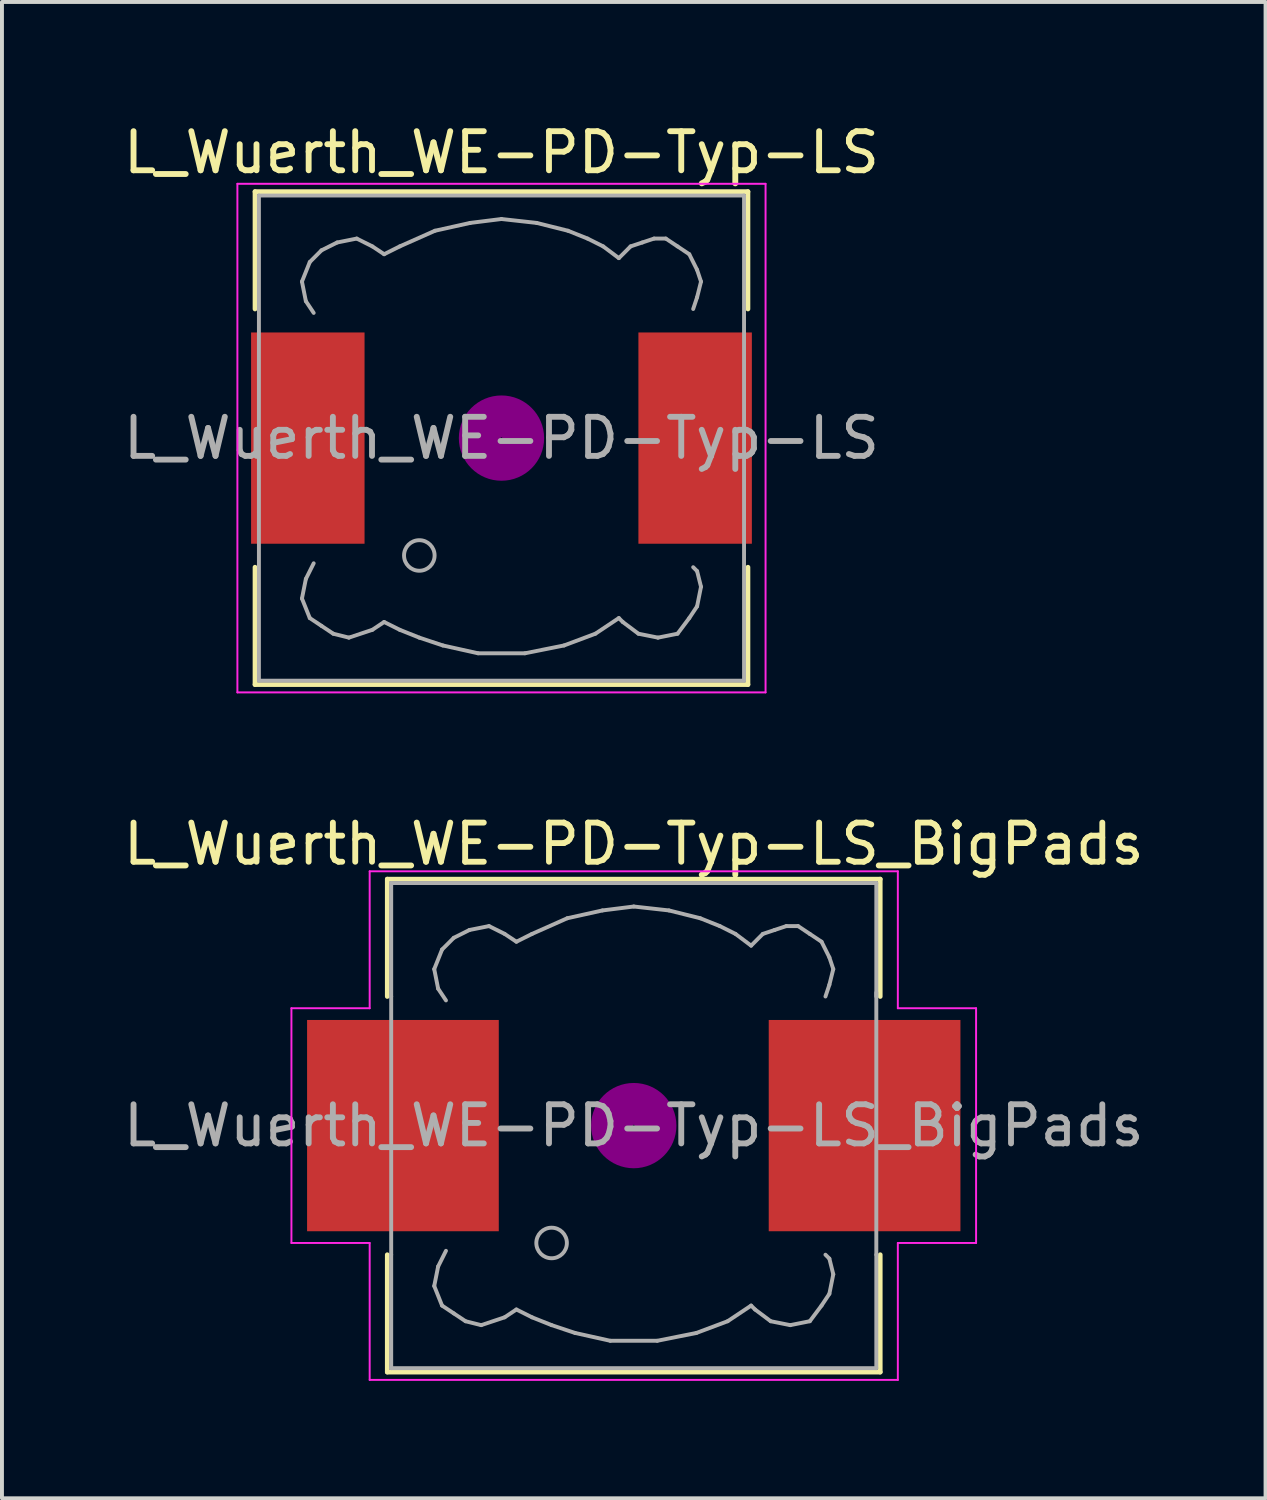
<source format=kicad_pcb>
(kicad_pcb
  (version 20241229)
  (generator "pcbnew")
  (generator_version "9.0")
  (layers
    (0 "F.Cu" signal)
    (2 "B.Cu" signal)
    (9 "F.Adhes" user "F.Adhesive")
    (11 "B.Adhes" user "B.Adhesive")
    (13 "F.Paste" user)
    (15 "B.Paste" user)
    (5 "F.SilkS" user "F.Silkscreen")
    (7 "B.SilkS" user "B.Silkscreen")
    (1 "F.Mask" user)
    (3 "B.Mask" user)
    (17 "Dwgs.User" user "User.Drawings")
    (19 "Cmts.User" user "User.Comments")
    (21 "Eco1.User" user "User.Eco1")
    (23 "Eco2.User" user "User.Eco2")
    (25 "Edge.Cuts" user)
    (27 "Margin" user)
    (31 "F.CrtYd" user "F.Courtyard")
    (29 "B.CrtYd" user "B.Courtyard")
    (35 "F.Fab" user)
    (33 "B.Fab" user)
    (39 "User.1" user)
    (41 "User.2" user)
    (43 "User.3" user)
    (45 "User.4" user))
  (footprint "L_Wuerth_WE-PD-Typ-LS_BigPads"
    (layer "F.Cu")
    (at 13.149 25.721)
    (property "Reference" "L_Wuerth_WE-PD-Typ-LS_BigPads" (at 0 -7.2 0) (layer "F.SilkS") (effects (font (size 1 1) (thickness 0.15))))
    (attr smd)
    (fp_line (start -6.3 -6.3) (end 6.3 -6.3) (stroke (width 0.12) (type solid)) (layer "F.SilkS"))
    (fp_line (start -6.3 -3.3) (end -6.3 -6.3) (stroke (width 0.12) (type solid)) (layer "F.SilkS"))
    (fp_line (start -6.3 6.3) (end -6.3 3.3) (stroke (width 0.12) (type solid)) (layer "F.SilkS"))
    (fp_line (start 6.3 -6.3) (end 6.3 -3.3) (stroke (width 0.12) (type solid)) (layer "F.SilkS"))
    (fp_line (start 6.3 3.3) (end 6.3 6.3) (stroke (width 0.12) (type solid)) (layer "F.SilkS"))
    (fp_line (start 6.3 6.3) (end -6.3 6.3) (stroke (width 0.12) (type solid)) (layer "F.SilkS"))
    (fp_circle (center 0 0) (end 0.15 0.15) (stroke (width 0.38) (type solid)) (fill no) (layer "F.Adhes"))
    (fp_circle (center 0 0) (end 0.55 0) (stroke (width 0.38) (type solid)) (fill no) (layer "F.Adhes"))
    (fp_circle (center 0 0) (end 0.9 0) (stroke (width 0.38) (type solid)) (fill no) (layer "F.Adhes"))
    (fp_line (start -8.75 -3) (end -6.75 -3) (stroke (width 0.05) (type solid)) (layer "F.CrtYd"))
    (fp_line (start -8.75 3) (end -8.75 -3) (stroke (width 0.05) (type solid)) (layer "F.CrtYd"))
    (fp_line (start -6.75 -6.5) (end 6.75 -6.5) (stroke (width 0.05) (type solid)) (layer "F.CrtYd"))
    (fp_line (start -6.75 -3) (end -6.75 -6.5) (stroke (width 0.05) (type solid)) (layer "F.CrtYd"))
    (fp_line (start -6.75 3) (end -8.75 3) (stroke (width 0.05) (type solid)) (layer "F.CrtYd"))
    (fp_line (start -6.75 6.5) (end -6.75 3) (stroke (width 0.05) (type solid)) (layer "F.CrtYd"))
    (fp_line (start 6.75 -6.5) (end 6.75 -3) (stroke (width 0.05) (type solid)) (layer "F.CrtYd"))
    (fp_line (start 6.75 -3) (end 8.75 -3) (stroke (width 0.05) (type solid)) (layer "F.CrtYd"))
    (fp_line (start 6.75 3) (end 6.75 6.5) (stroke (width 0.05) (type solid)) (layer "F.CrtYd"))
    (fp_line (start 6.75 6.5) (end -6.75 6.5) (stroke (width 0.05) (type solid)) (layer "F.CrtYd"))
    (fp_line (start 8.75 -3) (end 8.75 3) (stroke (width 0.05) (type solid)) (layer "F.CrtYd"))
    (fp_line (start 8.75 3) (end 6.75 3) (stroke (width 0.05) (type solid)) (layer "F.CrtYd"))
    (fp_line (start -6.2 -6.2) (end -6.2 -3.3) (stroke (width 0.1) (type solid)) (layer "F.Fab"))
    (fp_line (start -6.2 -3.3) (end -6.2 3.3) (stroke (width 0.1) (type solid)) (layer "F.Fab"))
    (fp_line (start -6.2 3.3) (end -6.2 6.2) (stroke (width 0.1) (type solid)) (layer "F.Fab"))
    (fp_line (start -6.2 6.2) (end 6.2 6.2) (stroke (width 0.1) (type solid)) (layer "F.Fab"))
    (fp_line (start -5.1 -4) (end -5 -3.5) (stroke (width 0.1) (type solid)) (layer "F.Fab"))
    (fp_line (start -5.1 4.1) (end -5 3.6) (stroke (width 0.1) (type solid)) (layer "F.Fab"))
    (fp_line (start -5 -3.5) (end -4.8 -3.2) (stroke (width 0.1) (type solid)) (layer "F.Fab"))
    (fp_line (start -5 3.6) (end -4.8 3.2) (stroke (width 0.1) (type solid)) (layer "F.Fab"))
    (fp_line (start -4.9 -4.5) (end -5.1 -4) (stroke (width 0.1) (type solid)) (layer "F.Fab"))
    (fp_line (start -4.9 4.6) (end -5.1 4.1) (stroke (width 0.1) (type solid)) (layer "F.Fab"))
    (fp_line (start -4.6 -4.8) (end -4.9 -4.5) (stroke (width 0.1) (type solid)) (layer "F.Fab"))
    (fp_line (start -4.6 4.8) (end -4.9 4.6) (stroke (width 0.1) (type solid)) (layer "F.Fab"))
    (fp_line (start -4.3 5) (end -4.6 4.8) (stroke (width 0.1) (type solid)) (layer "F.Fab"))
    (fp_line (start -4.2 -5) (end -4.6 -4.8) (stroke (width 0.1) (type solid)) (layer "F.Fab"))
    (fp_line (start -3.9 5.1) (end -4.3 5) (stroke (width 0.1) (type solid)) (layer "F.Fab"))
    (fp_line (start -3.7 -5.1) (end -4.2 -5) (stroke (width 0.1) (type solid)) (layer "F.Fab"))
    (fp_line (start -3.3 -4.9) (end -3.7 -5.1) (stroke (width 0.1) (type solid)) (layer "F.Fab"))
    (fp_line (start -3.3 4.9) (end -3.9 5.1) (stroke (width 0.1) (type solid)) (layer "F.Fab"))
    (fp_line (start -3 -4.7) (end -3.3 -4.9) (stroke (width 0.1) (type solid)) (layer "F.Fab"))
    (fp_line (start -3 4.7) (end -3.3 4.9) (stroke (width 0.1) (type solid)) (layer "F.Fab"))
    (fp_line (start -2.6 -4.9) (end -3 -4.7) (stroke (width 0.1) (type solid)) (layer "F.Fab"))
    (fp_line (start -2.6 4.9) (end -3 4.7) (stroke (width 0.1) (type solid)) (layer "F.Fab"))
    (fp_line (start -2.1 5.1) (end -2.6 4.9) (stroke (width 0.1) (type solid)) (layer "F.Fab"))
    (fp_line (start -1.7 -5.3) (end -2.6 -4.9) (stroke (width 0.1) (type solid)) (layer "F.Fab"))
    (fp_line (start -1.5 5.3) (end -2.1 5.1) (stroke (width 0.1) (type solid)) (layer "F.Fab"))
    (fp_line (start -0.8 -5.5) (end -1.7 -5.3) (stroke (width 0.1) (type solid)) (layer "F.Fab"))
    (fp_line (start -0.6 5.5) (end -1.5 5.3) (stroke (width 0.1) (type solid)) (layer "F.Fab"))
    (fp_line (start 0 -5.6) (end -0.8 -5.5) (stroke (width 0.1) (type solid)) (layer "F.Fab"))
    (fp_line (start 0.6 5.5) (end -0.6 5.5) (stroke (width 0.1) (type solid)) (layer "F.Fab"))
    (fp_line (start 0.9 -5.5) (end 0 -5.6) (stroke (width 0.1) (type solid)) (layer "F.Fab"))
    (fp_line (start 1.6 5.3) (end 0.6 5.5) (stroke (width 0.1) (type solid)) (layer "F.Fab"))
    (fp_line (start 1.7 -5.3) (end 0.9 -5.5) (stroke (width 0.1) (type solid)) (layer "F.Fab"))
    (fp_line (start 2.2 -5.1) (end 1.7 -5.3) (stroke (width 0.1) (type solid)) (layer "F.Fab"))
    (fp_line (start 2.4 5) (end 1.6 5.3) (stroke (width 0.1) (type solid)) (layer "F.Fab"))
    (fp_line (start 2.6 -4.9) (end 2.2 -5.1) (stroke (width 0.1) (type solid)) (layer "F.Fab"))
    (fp_line (start 3 -4.6) (end 2.6 -4.9) (stroke (width 0.1) (type solid)) (layer "F.Fab"))
    (fp_line (start 3 4.6) (end 2.4 5) (stroke (width 0.1) (type solid)) (layer "F.Fab"))
    (fp_line (start 3.1 4.7) (end 3 4.6) (stroke (width 0.1) (type solid)) (layer "F.Fab"))
    (fp_line (start 3.3 -4.9) (end 3 -4.6) (stroke (width 0.1) (type solid)) (layer "F.Fab"))
    (fp_line (start 3.5 5) (end 3.1 4.7) (stroke (width 0.1) (type solid)) (layer "F.Fab"))
    (fp_line (start 3.6 -5) (end 3.3 -4.9) (stroke (width 0.1) (type solid)) (layer "F.Fab"))
    (fp_line (start 3.9 -5.1) (end 3.6 -5) (stroke (width 0.1) (type solid)) (layer "F.Fab"))
    (fp_line (start 4 5.1) (end 3.5 5) (stroke (width 0.1) (type solid)) (layer "F.Fab"))
    (fp_line (start 4.2 -5.1) (end 3.9 -5.1) (stroke (width 0.1) (type solid)) (layer "F.Fab"))
    (fp_line (start 4.5 -4.9) (end 4.2 -5.1) (stroke (width 0.1) (type solid)) (layer "F.Fab"))
    (fp_line (start 4.5 5) (end 4 5.1) (stroke (width 0.1) (type solid)) (layer "F.Fab"))
    (fp_line (start 4.8 -4.7) (end 4.5 -4.9) (stroke (width 0.1) (type solid)) (layer "F.Fab"))
    (fp_line (start 4.8 4.6) (end 4.5 5) (stroke (width 0.1) (type solid)) (layer "F.Fab"))
    (fp_line (start 4.9 -3.3) (end 5 -3.6) (stroke (width 0.1) (type solid)) (layer "F.Fab"))
    (fp_line (start 4.9 3.3) (end 5 3.4) (stroke (width 0.1) (type solid)) (layer "F.Fab"))
    (fp_line (start 5 -4.3) (end 4.8 -4.7) (stroke (width 0.1) (type solid)) (layer "F.Fab"))
    (fp_line (start 5 -3.6) (end 5.1 -4) (stroke (width 0.1) (type solid)) (layer "F.Fab"))
    (fp_line (start 5 3.4) (end 5.1 3.8) (stroke (width 0.1) (type solid)) (layer "F.Fab"))
    (fp_line (start 5 4.3) (end 4.8 4.6) (stroke (width 0.1) (type solid)) (layer "F.Fab"))
    (fp_line (start 5.1 -4) (end 5 -4.3) (stroke (width 0.1) (type solid)) (layer "F.Fab"))
    (fp_line (start 5.1 3.8) (end 5 4.3) (stroke (width 0.1) (type solid)) (layer "F.Fab"))
    (fp_line (start 6.2 -6.2) (end -6.2 -6.2) (stroke (width 0.1) (type solid)) (layer "F.Fab"))
    (fp_line (start 6.2 -6.2) (end 6.2 -3.3) (stroke (width 0.1) (type solid)) (layer "F.Fab"))
    (fp_line (start 6.2 3.3) (end 6.2 -3.4) (stroke (width 0.1) (type solid)) (layer "F.Fab"))
    (fp_line (start 6.2 6.2) (end 6.2 3.3) (stroke (width 0.1) (type solid)) (layer "F.Fab"))
    (fp_circle (center -2.1 3) (end -1.8 3.25) (stroke (width 0.1) (type solid)) (fill no) (layer "F.Fab"))
    (fp_text user "${REFERENCE}" (at 0 0 0) (layer "F.Fab") (effects (font (size 1 1) (thickness 0.15))))
    (pad "1" smd rect (at -5.9 0) (size 4.9 5.4) (layers "F.Cu" "F.Mask" "F.Paste"))
    (pad "2" smd rect (at 5.9 0) (size 4.9 5.4) (layers "F.Cu" "F.Mask" "F.Paste")))
  (footprint "L_Wuerth_WE-PD-Typ-LS"
    (layer "F.Cu")
    (at 9.768 8.148)
    (property "Reference" "L_Wuerth_WE-PD-Typ-LS" (at 0 -7.3 0) (layer "F.SilkS") (effects (font (size 1 1) (thickness 0.15))))
    (attr smd)
    (fp_line (start -6.3 -6.3) (end 6.3 -6.3) (stroke (width 0.12) (type solid)) (layer "F.SilkS"))
    (fp_line (start -6.3 -3.3) (end -6.3 -6.3) (stroke (width 0.12) (type solid)) (layer "F.SilkS"))
    (fp_line (start -6.3 6.3) (end -6.3 3.3) (stroke (width 0.12) (type solid)) (layer "F.SilkS"))
    (fp_line (start 6.3 -6.3) (end 6.3 -3.3) (stroke (width 0.12) (type solid)) (layer "F.SilkS"))
    (fp_line (start 6.3 3.3) (end 6.3 6.3) (stroke (width 0.12) (type solid)) (layer "F.SilkS"))
    (fp_line (start 6.3 6.3) (end -6.3 6.3) (stroke (width 0.12) (type solid)) (layer "F.SilkS"))
    (fp_circle (center 0 0) (end 0.15 0.15) (stroke (width 0.38) (type solid)) (fill no) (layer "F.Adhes"))
    (fp_circle (center 0 0) (end 0.55 0) (stroke (width 0.38) (type solid)) (fill no) (layer "F.Adhes"))
    (fp_circle (center 0 0) (end 0.9 0) (stroke (width 0.38) (type solid)) (fill no) (layer "F.Adhes"))
    (fp_line (start -6.75 -6.5) (end 6.75 -6.5) (stroke (width 0.05) (type solid)) (layer "F.CrtYd"))
    (fp_line (start -6.75 6.5) (end -6.75 -6.5) (stroke (width 0.05) (type solid)) (layer "F.CrtYd"))
    (fp_line (start 6.75 -6.5) (end 6.75 6.5) (stroke (width 0.05) (type solid)) (layer "F.CrtYd"))
    (fp_line (start 6.75 6.5) (end -6.75 6.5) (stroke (width 0.05) (type solid)) (layer "F.CrtYd"))
    (fp_line (start -6.2 -6.2) (end -6.2 6.2) (stroke (width 0.1) (type solid)) (layer "F.Fab"))
    (fp_line (start -6.2 6.2) (end 6.2 6.2) (stroke (width 0.1) (type solid)) (layer "F.Fab"))
    (fp_line (start -5.1 -4) (end -5 -3.5) (stroke (width 0.1) (type solid)) (layer "F.Fab"))
    (fp_line (start -5.1 4.1) (end -5 3.6) (stroke (width 0.1) (type solid)) (layer "F.Fab"))
    (fp_line (start -5 -3.5) (end -4.8 -3.2) (stroke (width 0.1) (type solid)) (layer "F.Fab"))
    (fp_line (start -5 3.6) (end -4.8 3.2) (stroke (width 0.1) (type solid)) (layer "F.Fab"))
    (fp_line (start -4.9 -4.5) (end -5.1 -4) (stroke (width 0.1) (type solid)) (layer "F.Fab"))
    (fp_line (start -4.9 4.6) (end -5.1 4.1) (stroke (width 0.1) (type solid)) (layer "F.Fab"))
    (fp_line (start -4.6 -4.8) (end -4.9 -4.5) (stroke (width 0.1) (type solid)) (layer "F.Fab"))
    (fp_line (start -4.6 4.8) (end -4.9 4.6) (stroke (width 0.1) (type solid)) (layer "F.Fab"))
    (fp_line (start -4.3 5) (end -4.6 4.8) (stroke (width 0.1) (type solid)) (layer "F.Fab"))
    (fp_line (start -4.2 -5) (end -4.6 -4.8) (stroke (width 0.1) (type solid)) (layer "F.Fab"))
    (fp_line (start -3.9 5.1) (end -4.3 5) (stroke (width 0.1) (type solid)) (layer "F.Fab"))
    (fp_line (start -3.7 -5.1) (end -4.2 -5) (stroke (width 0.1) (type solid)) (layer "F.Fab"))
    (fp_line (start -3.3 -4.9) (end -3.7 -5.1) (stroke (width 0.1) (type solid)) (layer "F.Fab"))
    (fp_line (start -3.3 4.9) (end -3.9 5.1) (stroke (width 0.1) (type solid)) (layer "F.Fab"))
    (fp_line (start -3 -4.7) (end -3.3 -4.9) (stroke (width 0.1) (type solid)) (layer "F.Fab"))
    (fp_line (start -3 4.7) (end -3.3 4.9) (stroke (width 0.1) (type solid)) (layer "F.Fab"))
    (fp_line (start -2.6 -4.9) (end -3 -4.7) (stroke (width 0.1) (type solid)) (layer "F.Fab"))
    (fp_line (start -2.6 4.9) (end -3 4.7) (stroke (width 0.1) (type solid)) (layer "F.Fab"))
    (fp_line (start -2.1 5.1) (end -2.6 4.9) (stroke (width 0.1) (type solid)) (layer "F.Fab"))
    (fp_line (start -1.7 -5.3) (end -2.6 -4.9) (stroke (width 0.1) (type solid)) (layer "F.Fab"))
    (fp_line (start -1.5 5.3) (end -2.1 5.1) (stroke (width 0.1) (type solid)) (layer "F.Fab"))
    (fp_line (start -0.8 -5.5) (end -1.7 -5.3) (stroke (width 0.1) (type solid)) (layer "F.Fab"))
    (fp_line (start -0.6 5.5) (end -1.5 5.3) (stroke (width 0.1) (type solid)) (layer "F.Fab"))
    (fp_line (start 0 -5.6) (end -0.8 -5.5) (stroke (width 0.1) (type solid)) (layer "F.Fab"))
    (fp_line (start 0.6 5.5) (end -0.6 5.5) (stroke (width 0.1) (type solid)) (layer "F.Fab"))
    (fp_line (start 0.9 -5.5) (end 0 -5.6) (stroke (width 0.1) (type solid)) (layer "F.Fab"))
    (fp_line (start 1.6 5.3) (end 0.6 5.5) (stroke (width 0.1) (type solid)) (layer "F.Fab"))
    (fp_line (start 1.7 -5.3) (end 0.9 -5.5) (stroke (width 0.1) (type solid)) (layer "F.Fab"))
    (fp_line (start 2.2 -5.1) (end 1.7 -5.3) (stroke (width 0.1) (type solid)) (layer "F.Fab"))
    (fp_line (start 2.4 5) (end 1.6 5.3) (stroke (width 0.1) (type solid)) (layer "F.Fab"))
    (fp_line (start 2.6 -4.9) (end 2.2 -5.1) (stroke (width 0.1) (type solid)) (layer "F.Fab"))
    (fp_line (start 3 -4.6) (end 2.6 -4.9) (stroke (width 0.1) (type solid)) (layer "F.Fab"))
    (fp_line (start 3 4.6) (end 2.4 5) (stroke (width 0.1) (type solid)) (layer "F.Fab"))
    (fp_line (start 3.1 4.7) (end 3 4.6) (stroke (width 0.1) (type solid)) (layer "F.Fab"))
    (fp_line (start 3.3 -4.9) (end 3 -4.6) (stroke (width 0.1) (type solid)) (layer "F.Fab"))
    (fp_line (start 3.5 5) (end 3.1 4.7) (stroke (width 0.1) (type solid)) (layer "F.Fab"))
    (fp_line (start 3.6 -5) (end 3.3 -4.9) (stroke (width 0.1) (type solid)) (layer "F.Fab"))
    (fp_line (start 3.9 -5.1) (end 3.6 -5) (stroke (width 0.1) (type solid)) (layer "F.Fab"))
    (fp_line (start 4 5.1) (end 3.5 5) (stroke (width 0.1) (type solid)) (layer "F.Fab"))
    (fp_line (start 4.2 -5.1) (end 3.9 -5.1) (stroke (width 0.1) (type solid)) (layer "F.Fab"))
    (fp_line (start 4.5 -4.9) (end 4.2 -5.1) (stroke (width 0.1) (type solid)) (layer "F.Fab"))
    (fp_line (start 4.5 5) (end 4 5.1) (stroke (width 0.1) (type solid)) (layer "F.Fab"))
    (fp_line (start 4.8 -4.7) (end 4.5 -4.9) (stroke (width 0.1) (type solid)) (layer "F.Fab"))
    (fp_line (start 4.8 4.6) (end 4.5 5) (stroke (width 0.1) (type solid)) (layer "F.Fab"))
    (fp_line (start 4.9 -3.3) (end 5 -3.6) (stroke (width 0.1) (type solid)) (layer "F.Fab"))
    (fp_line (start 4.9 3.3) (end 5 3.4) (stroke (width 0.1) (type solid)) (layer "F.Fab"))
    (fp_line (start 5 -4.3) (end 4.8 -4.7) (stroke (width 0.1) (type solid)) (layer "F.Fab"))
    (fp_line (start 5 -3.6) (end 5.1 -4) (stroke (width 0.1) (type solid)) (layer "F.Fab"))
    (fp_line (start 5 3.4) (end 5.1 3.8) (stroke (width 0.1) (type solid)) (layer "F.Fab"))
    (fp_line (start 5 4.3) (end 4.8 4.6) (stroke (width 0.1) (type solid)) (layer "F.Fab"))
    (fp_line (start 5.1 -4) (end 5 -4.3) (stroke (width 0.1) (type solid)) (layer "F.Fab"))
    (fp_line (start 5.1 3.8) (end 5 4.3) (stroke (width 0.1) (type solid)) (layer "F.Fab"))
    (fp_line (start 6.2 -6.2) (end -6.2 -6.2) (stroke (width 0.1) (type solid)) (layer "F.Fab"))
    (fp_line (start 6.2 6.2) (end 6.2 -6.2) (stroke (width 0.1) (type solid)) (layer "F.Fab"))
    (fp_circle (center -2.1 3) (end -1.8 3.25) (stroke (width 0.1) (type solid)) (fill no) (layer "F.Fab"))
    (fp_text user "${REFERENCE}" (at 0 0 0) (layer "F.Fab") (effects (font (size 1 1) (thickness 0.15))))
    (pad "1" smd rect (at -4.95 0) (size 2.9 5.4) (layers "F.Cu" "F.Mask" "F.Paste"))
    (pad "2" smd rect (at 4.95 0) (size 2.9 5.4) (layers "F.Cu" "F.Mask" "F.Paste")))
  (gr_rect
    (start -3 -3)
    (end 29.298 35.246)
    (stroke (width 0.1) (type default))
    (fill no)
    (layer "Edge.Cuts")))
</source>
